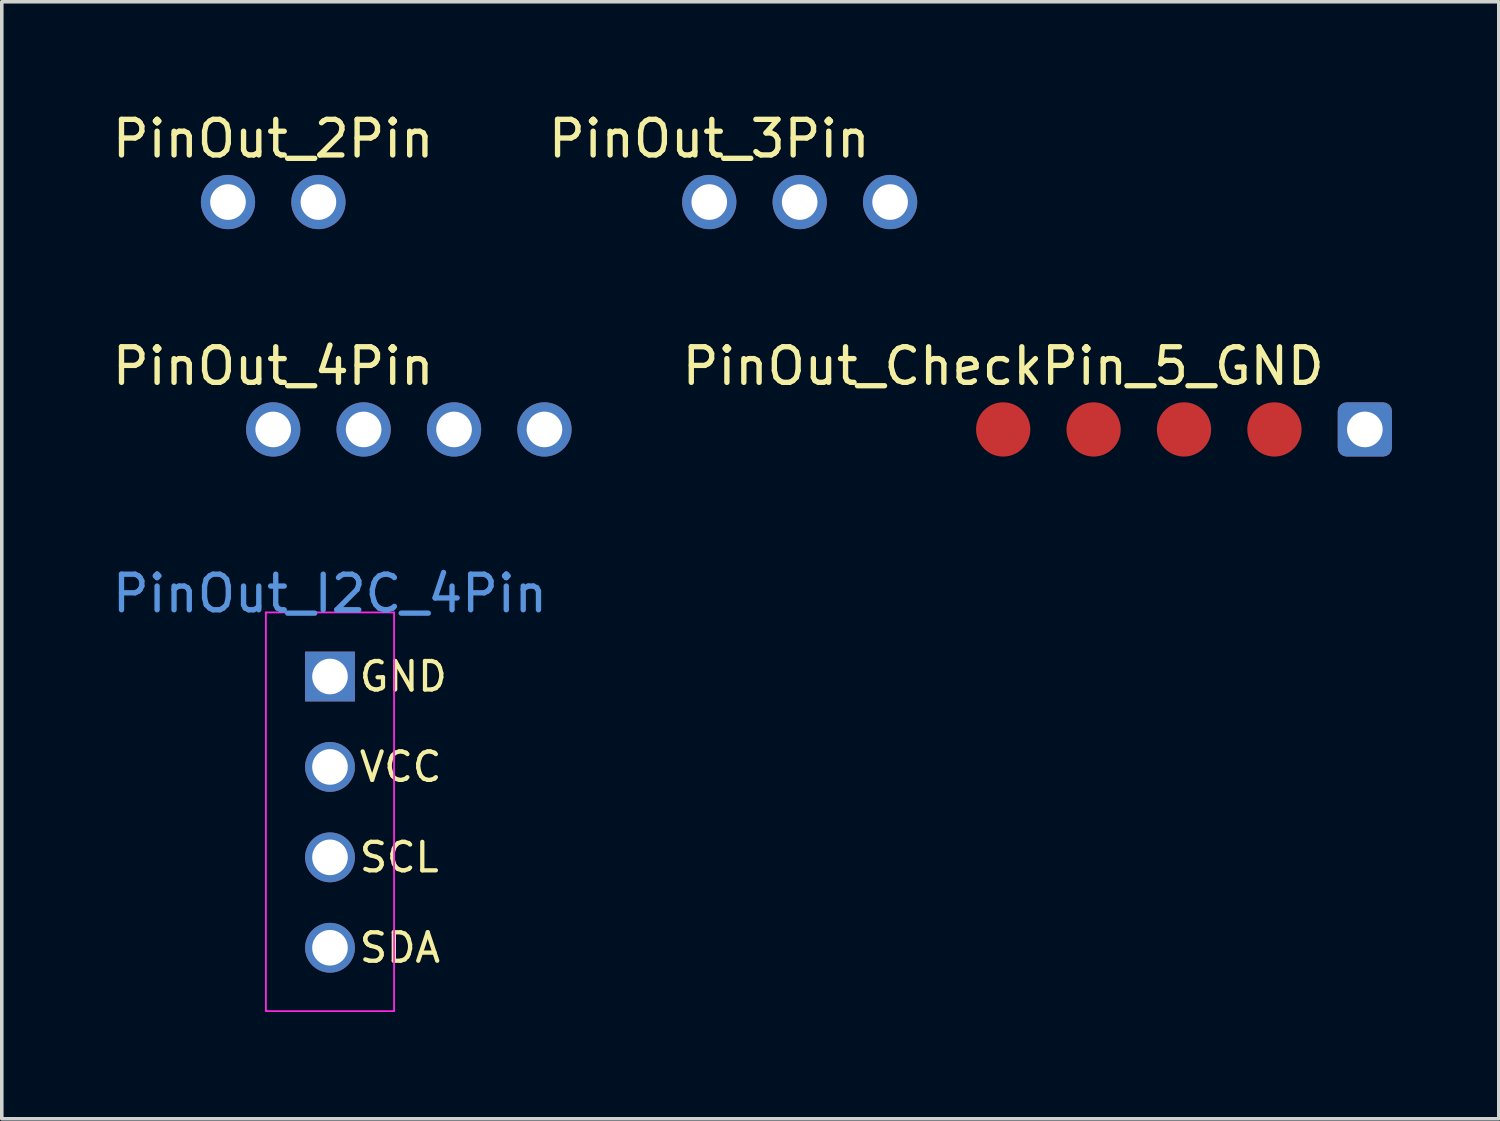
<source format=kicad_pcb>
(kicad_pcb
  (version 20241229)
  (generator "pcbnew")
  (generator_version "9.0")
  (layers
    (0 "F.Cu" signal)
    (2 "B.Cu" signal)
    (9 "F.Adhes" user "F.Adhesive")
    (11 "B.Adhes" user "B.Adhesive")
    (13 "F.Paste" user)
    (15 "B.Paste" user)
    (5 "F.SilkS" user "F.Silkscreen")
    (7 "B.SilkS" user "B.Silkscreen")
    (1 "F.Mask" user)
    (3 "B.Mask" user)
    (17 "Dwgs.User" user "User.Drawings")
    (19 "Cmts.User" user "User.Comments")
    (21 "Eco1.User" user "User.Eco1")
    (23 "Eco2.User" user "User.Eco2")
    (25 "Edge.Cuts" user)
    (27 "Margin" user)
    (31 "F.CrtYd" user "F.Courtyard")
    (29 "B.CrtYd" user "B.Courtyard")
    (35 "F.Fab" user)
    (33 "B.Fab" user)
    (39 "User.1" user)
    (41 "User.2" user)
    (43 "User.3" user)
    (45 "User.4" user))
  (footprint "PinOut_4Pin"
    (layer "F.Cu")
    (at 4.625 9.014)
    (property "Reference" "PinOut_4Pin" (at 0 -1.778 0) (layer "F.SilkS") (effects (font (size 1 1) (thickness 0.15))))
    (attr through_hole)
    (pad "1" thru_hole circle (at 0 0) (size 1.524 1.524) (drill 1) (layers "*.Cu" "*.Mask"))
    (pad "2" thru_hole circle (at 2.54 0) (size 1.524 1.524) (drill 1) (layers "*.Cu" "*.Mask"))
    (pad "3" thru_hole circle (at 5.08 0) (size 1.524 1.524) (drill 1) (layers "*.Cu" "*.Mask"))
    (pad "4" thru_hole circle (at 7.62 0) (size 1.524 1.524) (drill 1) (layers "*.Cu" "*.Mask")))
  (footprint "PinOut_2Pin"
    (layer "F.Cu")
    (at 3.355 2.626)
    (property "Reference" "PinOut_2Pin" (at 1.27 -1.778 0) (layer "F.SilkS") (effects (font (size 1 1) (thickness 0.15))))
    (attr through_hole)
    (pad "1" thru_hole circle (at 0 0) (size 1.524 1.524) (drill 1) (layers "*.Cu" "*.Mask"))
    (pad "2" thru_hole circle (at 2.54 0) (size 1.524 1.524) (drill 1) (layers "*.Cu" "*.Mask")))
  (footprint "PinOut_I2C_4Pin"
    (layer "F.Cu")
    (at 6.22 15.955)
    (property "Reference" "PinOut_I2C_4Pin" (at 0 -2.33 0) (layer "Cmts.User") (effects (font (size 1 1) (thickness 0.15))))
    (attr through_hole)
    (fp_line (start -1.8 -1.8) (end -1.8 9.4) (stroke (width 0.05) (type solid)) (layer "F.CrtYd"))
    (fp_line (start -1.8 9.4) (end 1.8 9.4) (stroke (width 0.05) (type solid)) (layer "F.CrtYd"))
    (fp_line (start 1.8 -1.8) (end -1.8 -1.8) (stroke (width 0.05) (type solid)) (layer "F.CrtYd"))
    (fp_line (start 1.8 9.4) (end 1.8 -1.8) (stroke (width 0.05) (type solid)) (layer "F.CrtYd"))
    (fp_text user "SCL" (at 0.762 5.08 0) (unlocked yes) (layer "F.SilkS") (effects (font (size 0.8 0.8) (thickness 0.12)) (justify left)))
    (fp_text user "GND" (at 0.762 0 0) (unlocked yes) (layer "F.SilkS") (effects (font (size 0.8 0.8) (thickness 0.12)) (justify left)))
    (fp_text user "VCC" (at 0.762 2.54 0) (unlocked yes) (layer "F.SilkS") (effects (font (size 0.8 0.8) (thickness 0.12)) (justify left)))
    (fp_text user "SDA" (at 0.762 7.62 0) (unlocked yes) (layer "F.SilkS") (effects (font (size 0.8 0.8) (thickness 0.12)) (justify left)))
    (pad "1" thru_hole rect (at 0 0) (size 1.4 1.4) (drill 1) (layers "*.Cu" "*.Mask"))
    (pad "2" thru_hole circle (at 0 2.54) (size 1.4 1.4) (drill 1) (layers "*.Cu" "*.Mask"))
    (pad "3" thru_hole circle (at 0 5.08) (size 1.4 1.4) (drill 1) (layers "*.Cu" "*.Mask"))
    (pad "4" thru_hole circle (at 0 7.62) (size 1.4 1.4) (drill 1) (layers "*.Cu" "*.Mask")))
  (footprint "PinOut_CheckPin_5_GND"
    (layer "F.Cu")
    (at 25.132 9.014)
    (property "Reference" "PinOut_CheckPin_5_GND" (at 0 -1.778 0) (layer "F.SilkS") (effects (font (size 1 1) (thickness 0.15))))
    (attr through_hole)
    (pad "1" smd circle (at 0 0) (size 1.524 1.524) (layers "F.Cu" "F.Mask" "F.Paste"))
    (pad "2" smd circle (at 2.54 0) (size 1.524 1.524) (layers "F.Cu" "F.Mask" "F.Paste"))
    (pad "3" smd circle (at 5.08 0) (size 1.524 1.524) (layers "F.Cu" "F.Mask" "F.Paste"))
    (pad "4" smd circle (at 7.62 0) (size 1.524 1.524) (layers "F.Cu" "F.Mask" "F.Paste"))
    (pad "5" thru_hole roundrect (at 10.16 0) (size 1.524 1.524) (drill 1) (layers "*.Cu" "*.Mask") (roundrect_rratio 0.164)))
  (footprint "PinOut_3Pin"
    (layer "F.Cu")
    (at 16.875 2.626)
    (property "Reference" "PinOut_3Pin" (at 0 -1.778 0) (layer "F.SilkS") (effects (font (size 1 1) (thickness 0.15))))
    (attr through_hole)
    (pad "1" thru_hole circle (at 0 0) (size 1.524 1.524) (drill 1) (layers "*.Cu" "*.Mask"))
    (pad "2" thru_hole circle (at 2.54 0) (size 1.524 1.524) (drill 1) (layers "*.Cu" "*.Mask"))
    (pad "3" thru_hole circle (at 5.08 0) (size 1.524 1.524) (drill 1) (layers "*.Cu" "*.Mask")))
  (gr_rect
    (start -3 -3)
    (end 39.054 28.38)
    (stroke (width 0.1) (type default))
    (fill no)
    (layer "Edge.Cuts")))
</source>
